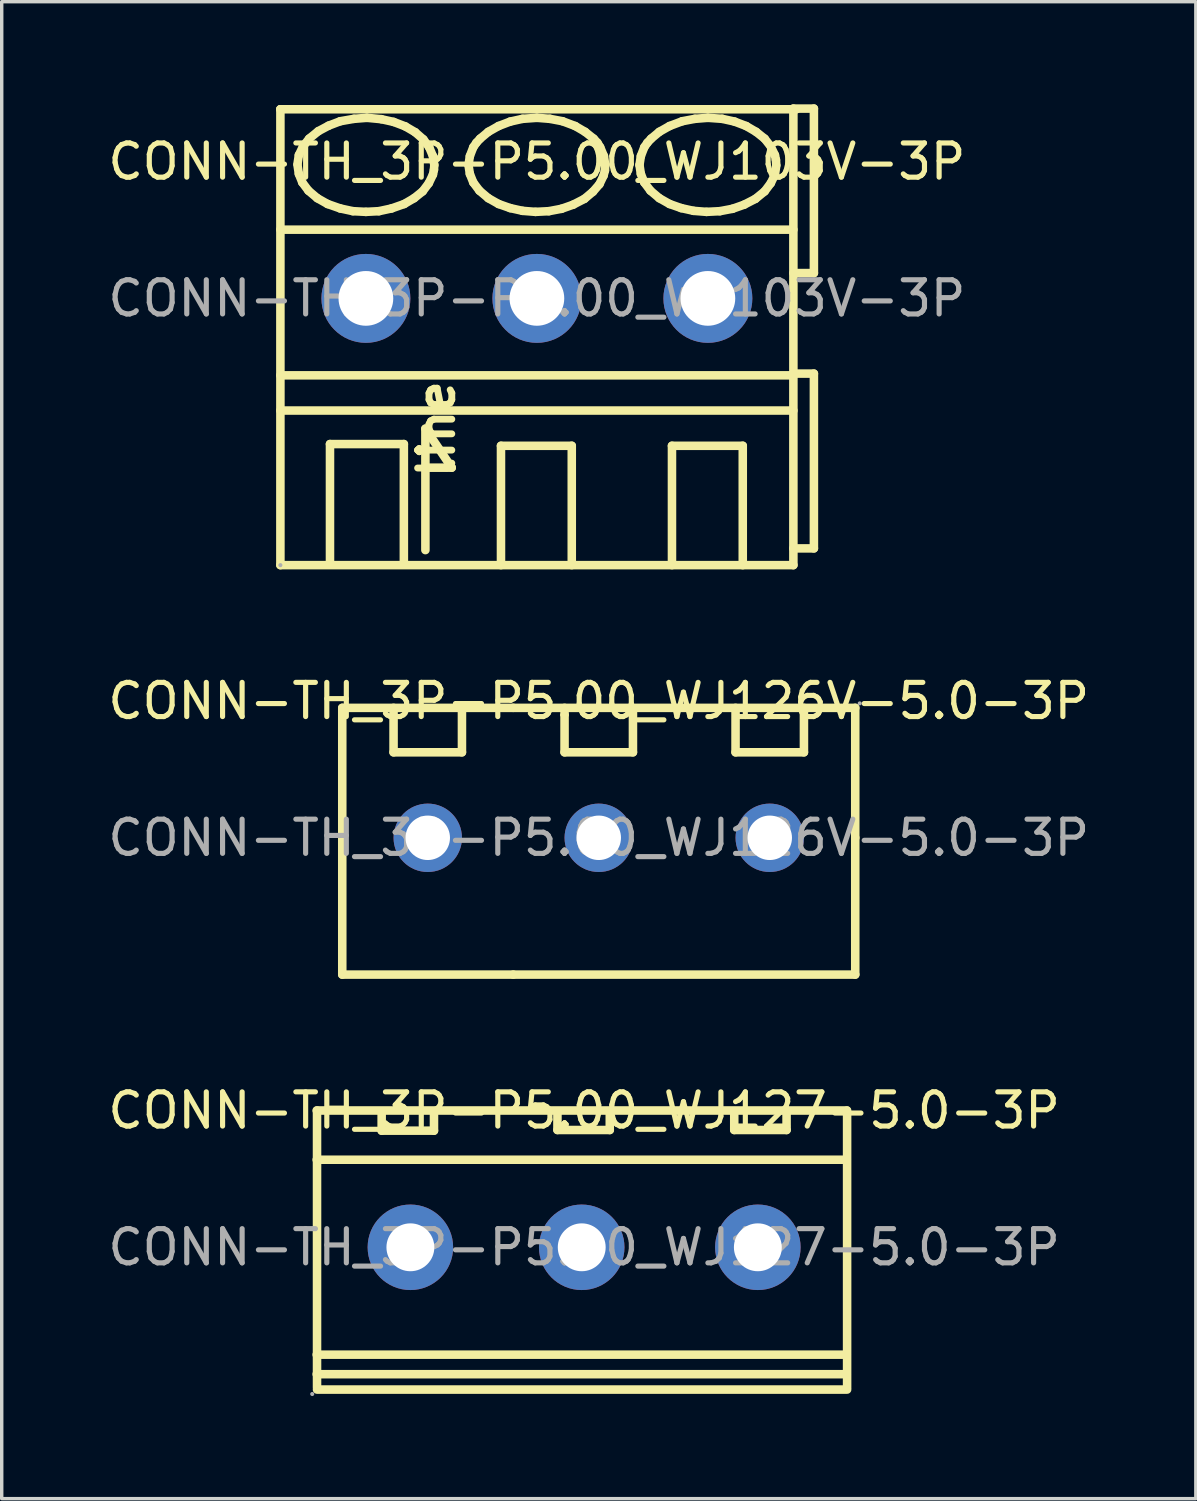
<source format=kicad_pcb>
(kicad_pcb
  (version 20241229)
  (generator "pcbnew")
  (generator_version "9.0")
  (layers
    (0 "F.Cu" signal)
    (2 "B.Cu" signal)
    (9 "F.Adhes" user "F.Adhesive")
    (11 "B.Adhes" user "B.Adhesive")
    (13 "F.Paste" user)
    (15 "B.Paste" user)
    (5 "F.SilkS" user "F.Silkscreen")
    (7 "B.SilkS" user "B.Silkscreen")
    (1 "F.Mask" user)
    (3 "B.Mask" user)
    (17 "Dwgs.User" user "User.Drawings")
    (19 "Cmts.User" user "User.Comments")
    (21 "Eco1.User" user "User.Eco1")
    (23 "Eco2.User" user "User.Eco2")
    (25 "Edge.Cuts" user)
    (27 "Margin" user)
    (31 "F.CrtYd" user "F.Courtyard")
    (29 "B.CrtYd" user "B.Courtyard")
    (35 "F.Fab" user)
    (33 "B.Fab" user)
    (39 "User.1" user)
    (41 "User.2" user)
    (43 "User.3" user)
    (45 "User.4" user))
  (footprint "CONN-TH_3P-P5.00_WJ103V-3P"
    (layer "F.Cu")
    (at 12.649 5.675)
    (property "Reference" "CONN-TH_3P-P5.00_WJ103V-3P" (at 0 -4 0) (layer "F.SilkS") (effects (font (size 1 1) (thickness 0.15))))
    (attr through_hole)
    (fp_line (start -7.5 -5.53) (end -7.5 -5.53) (stroke (width 0.25) (type solid)) (layer "F.SilkS"))
    (fp_line (start -7.5 -5.53) (end 7.59 -5.53) (stroke (width 0.25) (type solid)) (layer "F.SilkS"))
    (fp_line (start -7.5 -2.01) (end 7.5 -2.01) (stroke (width 0.25) (type solid)) (layer "F.SilkS"))
    (fp_line (start -7.5 2.25) (end 7.5 2.25) (stroke (width 0.25) (type solid)) (layer "F.SilkS"))
    (fp_line (start -7.5 3.28) (end 7.5 3.28) (stroke (width 0.25) (type solid)) (layer "F.SilkS"))
    (fp_line (start -7.5 7.8) (end -7.5 -5.53) (stroke (width 0.25) (type solid)) (layer "F.SilkS"))
    (fp_line (start -7.5 7.8) (end 7.5 7.8) (stroke (width 0.25) (type solid)) (layer "F.SilkS"))
    (fp_line (start -7 -3.93) (end -6.96 -4.19) (stroke (width 0.25) (type solid)) (layer "F.SilkS"))
    (fp_line (start -6.96 -4.19) (end -6.84 -4.44) (stroke (width 0.25) (type solid)) (layer "F.SilkS"))
    (fp_line (start -6.96 -3.64) (end -7 -3.9) (stroke (width 0.25) (type solid)) (layer "F.SilkS"))
    (fp_line (start -6.86 -3.39) (end -6.96 -3.64) (stroke (width 0.25) (type solid)) (layer "F.SilkS"))
    (fp_line (start -6.84 -4.44) (end -6.66 -4.67) (stroke (width 0.25) (type solid)) (layer "F.SilkS"))
    (fp_line (start -6.68 -3.15) (end -6.86 -3.39) (stroke (width 0.25) (type solid)) (layer "F.SilkS"))
    (fp_line (start -6.66 -4.67) (end -6.39 -4.89) (stroke (width 0.25) (type solid)) (layer "F.SilkS"))
    (fp_line (start -6.42 -2.93) (end -6.68 -3.15) (stroke (width 0.25) (type solid)) (layer "F.SilkS"))
    (fp_line (start -6.39 -4.89) (end -6.09 -5.05) (stroke (width 0.25) (type solid)) (layer "F.SilkS"))
    (fp_line (start -6.12 -2.76) (end -6.42 -2.93) (stroke (width 0.25) (type solid)) (layer "F.SilkS"))
    (fp_line (start -6.09 -5.05) (end -5.75 -5.18) (stroke (width 0.25) (type solid)) (layer "F.SilkS"))
    (fp_line (start -6.05 4.26) (end -3.89 4.26) (stroke (width 0.25) (type solid)) (layer "F.SilkS"))
    (fp_line (start -6.05 7.74) (end -6.05 4.26) (stroke (width 0.25) (type solid)) (layer "F.SilkS"))
    (fp_line (start -5.75 -5.18) (end -5.35 -5.25) (stroke (width 0.25) (type solid)) (layer "F.SilkS"))
    (fp_line (start -5.75 -2.63) (end -6.12 -2.76) (stroke (width 0.25) (type solid)) (layer "F.SilkS"))
    (fp_line (start -5.38 -2.55) (end -5.75 -2.63) (stroke (width 0.25) (type solid)) (layer "F.SilkS"))
    (fp_line (start -5.35 -5.25) (end -4.97 -5.28) (stroke (width 0.25) (type solid)) (layer "F.SilkS"))
    (fp_line (start -5 -2.53) (end -5.38 -2.55) (stroke (width 0.25) (type solid)) (layer "F.SilkS"))
    (fp_line (start -4.97 -5.28) (end -4.55 -5.24) (stroke (width 0.25) (type solid)) (layer "F.SilkS"))
    (fp_line (start -4.62 -2.55) (end -5 -2.53) (stroke (width 0.25) (type solid)) (layer "F.SilkS"))
    (fp_line (start -4.55 -5.24) (end -4.19 -5.16) (stroke (width 0.25) (type solid)) (layer "F.SilkS"))
    (fp_line (start -4.25 -2.63) (end -4.62 -2.55) (stroke (width 0.25) (type solid)) (layer "F.SilkS"))
    (fp_line (start -4.19 -5.16) (end -3.85 -5.03) (stroke (width 0.25) (type solid)) (layer "F.SilkS"))
    (fp_line (start -3.89 4.26) (end -3.89 7.74) (stroke (width 0.25) (type solid)) (layer "F.SilkS"))
    (fp_line (start -3.88 -2.76) (end -4.25 -2.63) (stroke (width 0.25) (type solid)) (layer "F.SilkS"))
    (fp_line (start -3.85 -5.03) (end -3.56 -4.86) (stroke (width 0.25) (type solid)) (layer "F.SilkS"))
    (fp_line (start -3.59 -2.93) (end -3.88 -2.76) (stroke (width 0.25) (type solid)) (layer "F.SilkS"))
    (fp_line (start -3.56 -4.86) (end -3.32 -4.65) (stroke (width 0.25) (type solid)) (layer "F.SilkS"))
    (fp_line (start -3.34 -3.13) (end -3.59 -2.93) (stroke (width 0.25) (type solid)) (layer "F.SilkS"))
    (fp_line (start -3.32 -4.65) (end -3.15 -4.42) (stroke (width 0.25) (type solid)) (layer "F.SilkS"))
    (fp_line (start -3.26 3.81) (end -2.49 4.95) (stroke (width 0.25) (type solid)) (layer "F.SilkS"))
    (fp_line (start -3.26 7.36) (end -3.26 3.81) (stroke (width 0.25) (type solid)) (layer "F.SilkS"))
    (fp_line (start -3.16 -3.37) (end -3.34 -3.13) (stroke (width 0.25) (type solid)) (layer "F.SilkS"))
    (fp_line (start -3.15 -4.42) (end -3.04 -4.16) (stroke (width 0.25) (type solid)) (layer "F.SilkS"))
    (fp_line (start -3.04 -4.16) (end -3 -3.9) (stroke (width 0.25) (type solid)) (layer "F.SilkS"))
    (fp_line (start -3.04 -3.62) (end -3.16 -3.37) (stroke (width 0.25) (type solid)) (layer "F.SilkS"))
    (fp_line (start -3.01 -3.76) (end -3.04 -3.62) (stroke (width 0.25) (type solid)) (layer "F.SilkS"))
    (fp_line (start -3 -3.9) (end -3.01 -3.76) (stroke (width 0.25) (type solid)) (layer "F.SilkS"))
    (fp_line (start -2.49 4.95) (end -3.13 4.95) (stroke (width 0.25) (type solid)) (layer "F.SilkS"))
    (fp_line (start -2 -3.9) (end -1.96 -4.16) (stroke (width 0.25) (type solid)) (layer "F.SilkS"))
    (fp_line (start -1.96 -4.16) (end -1.86 -4.42) (stroke (width 0.25) (type solid)) (layer "F.SilkS"))
    (fp_line (start -1.96 -3.64) (end -2 -3.9) (stroke (width 0.25) (type solid)) (layer "F.SilkS"))
    (fp_line (start -1.86 -4.42) (end -1.77 -4.55) (stroke (width 0.25) (type solid)) (layer "F.SilkS"))
    (fp_line (start -1.86 -3.39) (end -1.96 -3.64) (stroke (width 0.25) (type solid)) (layer "F.SilkS"))
    (fp_line (start -1.77 -4.55) (end -1.66 -4.67) (stroke (width 0.25) (type solid)) (layer "F.SilkS"))
    (fp_line (start -1.68 -3.15) (end -1.86 -3.39) (stroke (width 0.25) (type solid)) (layer "F.SilkS"))
    (fp_line (start -1.66 -4.67) (end -1.42 -4.87) (stroke (width 0.25) (type solid)) (layer "F.SilkS"))
    (fp_line (start -1.42 -4.87) (end -1.12 -5.04) (stroke (width 0.25) (type solid)) (layer "F.SilkS"))
    (fp_line (start -1.42 -2.93) (end -1.68 -3.15) (stroke (width 0.25) (type solid)) (layer "F.SilkS"))
    (fp_line (start -1.12 -5.04) (end -0.78 -5.17) (stroke (width 0.25) (type solid)) (layer "F.SilkS"))
    (fp_line (start -1.12 -2.76) (end -1.42 -2.93) (stroke (width 0.25) (type solid)) (layer "F.SilkS"))
    (fp_line (start -1.05 4.31) (end 1.02 4.31) (stroke (width 0.25) (type solid)) (layer "F.SilkS"))
    (fp_line (start -1.05 7.8) (end -1.05 4.31) (stroke (width 0.25) (type solid)) (layer "F.SilkS"))
    (fp_line (start -0.78 -5.17) (end -0.42 -5.25) (stroke (width 0.25) (type solid)) (layer "F.SilkS"))
    (fp_line (start -0.78 -2.64) (end -1.12 -2.76) (stroke (width 0.25) (type solid)) (layer "F.SilkS"))
    (fp_line (start -0.42 -5.25) (end 0 -5.28) (stroke (width 0.25) (type solid)) (layer "F.SilkS"))
    (fp_line (start -0.42 -2.56) (end -0.78 -2.64) (stroke (width 0.25) (type solid)) (layer "F.SilkS"))
    (fp_line (start -0.04 -2.53) (end -0.42 -2.56) (stroke (width 0.25) (type solid)) (layer "F.SilkS"))
    (fp_line (start 0 -5.28) (end 0.38 -5.25) (stroke (width 0.25) (type solid)) (layer "F.SilkS"))
    (fp_line (start 0.35 -2.55) (end -0.04 -2.53) (stroke (width 0.25) (type solid)) (layer "F.SilkS"))
    (fp_line (start 0.38 -5.25) (end 0.75 -5.18) (stroke (width 0.25) (type solid)) (layer "F.SilkS"))
    (fp_line (start 0.72 -2.62) (end 0.35 -2.55) (stroke (width 0.25) (type solid)) (layer "F.SilkS"))
    (fp_line (start 0.75 -5.18) (end 1.12 -5.04) (stroke (width 0.25) (type solid)) (layer "F.SilkS"))
    (fp_line (start 1.02 4.31) (end 1.02 7.8) (stroke (width 0.25) (type solid)) (layer "F.SilkS"))
    (fp_line (start 1.06 -2.74) (end 0.72 -2.62) (stroke (width 0.25) (type solid)) (layer "F.SilkS"))
    (fp_line (start 1.12 -5.04) (end 1.41 -4.87) (stroke (width 0.25) (type solid)) (layer "F.SilkS"))
    (fp_line (start 1.39 -2.91) (end 1.06 -2.74) (stroke (width 0.25) (type solid)) (layer "F.SilkS"))
    (fp_line (start 1.41 -4.87) (end 1.66 -4.67) (stroke (width 0.25) (type solid)) (layer "F.SilkS"))
    (fp_line (start 1.64 -3.12) (end 1.39 -2.91) (stroke (width 0.25) (type solid)) (layer "F.SilkS"))
    (fp_line (start 1.66 -4.67) (end 1.77 -4.55) (stroke (width 0.25) (type solid)) (layer "F.SilkS"))
    (fp_line (start 1.77 -4.55) (end 1.85 -4.42) (stroke (width 0.25) (type solid)) (layer "F.SilkS"))
    (fp_line (start 1.83 -3.34) (end 1.64 -3.12) (stroke (width 0.25) (type solid)) (layer "F.SilkS"))
    (fp_line (start 1.85 -4.42) (end 1.96 -4.16) (stroke (width 0.25) (type solid)) (layer "F.SilkS"))
    (fp_line (start 1.95 -3.59) (end 1.83 -3.34) (stroke (width 0.25) (type solid)) (layer "F.SilkS"))
    (fp_line (start 1.96 -4.16) (end 2 -3.9) (stroke (width 0.25) (type solid)) (layer "F.SilkS"))
    (fp_line (start 1.99 -3.74) (end 1.95 -3.59) (stroke (width 0.25) (type solid)) (layer "F.SilkS"))
    (fp_line (start 2 -3.88) (end 1.99 -3.74) (stroke (width 0.25) (type solid)) (layer "F.SilkS"))
    (fp_line (start 3 -3.9) (end 3.04 -4.16) (stroke (width 0.25) (type solid)) (layer "F.SilkS"))
    (fp_line (start 3.04 -4.16) (end 3.14 -4.42) (stroke (width 0.25) (type solid)) (layer "F.SilkS"))
    (fp_line (start 3.04 -3.64) (end 3 -3.9) (stroke (width 0.25) (type solid)) (layer "F.SilkS"))
    (fp_line (start 3.14 -4.42) (end 3.23 -4.55) (stroke (width 0.25) (type solid)) (layer "F.SilkS"))
    (fp_line (start 3.14 -3.39) (end 3.04 -3.64) (stroke (width 0.25) (type solid)) (layer "F.SilkS"))
    (fp_line (start 3.23 -4.55) (end 3.34 -4.67) (stroke (width 0.25) (type solid)) (layer "F.SilkS"))
    (fp_line (start 3.32 -3.15) (end 3.14 -3.39) (stroke (width 0.25) (type solid)) (layer "F.SilkS"))
    (fp_line (start 3.34 -4.67) (end 3.58 -4.87) (stroke (width 0.25) (type solid)) (layer "F.SilkS"))
    (fp_line (start 3.58 -4.87) (end 3.88 -5.04) (stroke (width 0.25) (type solid)) (layer "F.SilkS"))
    (fp_line (start 3.58 -2.93) (end 3.32 -3.15) (stroke (width 0.25) (type solid)) (layer "F.SilkS"))
    (fp_line (start 3.88 -5.04) (end 4.25 -5.18) (stroke (width 0.25) (type solid)) (layer "F.SilkS"))
    (fp_line (start 3.88 -2.76) (end 3.58 -2.93) (stroke (width 0.25) (type solid)) (layer "F.SilkS"))
    (fp_line (start 3.95 4.31) (end 6.02 4.31) (stroke (width 0.25) (type solid)) (layer "F.SilkS"))
    (fp_line (start 3.95 7.8) (end 3.95 4.31) (stroke (width 0.25) (type solid)) (layer "F.SilkS"))
    (fp_line (start 4.22 -2.64) (end 3.88 -2.76) (stroke (width 0.25) (type solid)) (layer "F.SilkS"))
    (fp_line (start 4.25 -5.18) (end 4.62 -5.25) (stroke (width 0.25) (type solid)) (layer "F.SilkS"))
    (fp_line (start 4.58 -2.56) (end 4.22 -2.64) (stroke (width 0.25) (type solid)) (layer "F.SilkS"))
    (fp_line (start 4.62 -5.25) (end 5 -5.28) (stroke (width 0.25) (type solid)) (layer "F.SilkS"))
    (fp_line (start 4.96 -2.53) (end 4.58 -2.56) (stroke (width 0.25) (type solid)) (layer "F.SilkS"))
    (fp_line (start 5 -5.28) (end 5.42 -5.25) (stroke (width 0.25) (type solid)) (layer "F.SilkS"))
    (fp_line (start 5.35 -2.55) (end 4.96 -2.53) (stroke (width 0.25) (type solid)) (layer "F.SilkS"))
    (fp_line (start 5.42 -5.25) (end 5.78 -5.17) (stroke (width 0.25) (type solid)) (layer "F.SilkS"))
    (fp_line (start 5.72 -2.62) (end 5.35 -2.55) (stroke (width 0.25) (type solid)) (layer "F.SilkS"))
    (fp_line (start 5.78 -5.17) (end 6.12 -5.04) (stroke (width 0.25) (type solid)) (layer "F.SilkS"))
    (fp_line (start 6.02 4.31) (end 6.02 7.8) (stroke (width 0.25) (type solid)) (layer "F.SilkS"))
    (fp_line (start 6.06 -2.74) (end 5.72 -2.62) (stroke (width 0.25) (type solid)) (layer "F.SilkS"))
    (fp_line (start 6.12 -5.04) (end 6.41 -4.87) (stroke (width 0.25) (type solid)) (layer "F.SilkS"))
    (fp_line (start 6.39 -2.91) (end 6.06 -2.74) (stroke (width 0.25) (type solid)) (layer "F.SilkS"))
    (fp_line (start 6.41 -4.87) (end 6.66 -4.67) (stroke (width 0.25) (type solid)) (layer "F.SilkS"))
    (fp_line (start 6.66 -4.67) (end 6.84 -4.44) (stroke (width 0.25) (type solid)) (layer "F.SilkS"))
    (fp_line (start 6.66 -3.13) (end 6.39 -2.91) (stroke (width 0.25) (type solid)) (layer "F.SilkS"))
    (fp_line (start 6.84 -4.44) (end 6.96 -4.19) (stroke (width 0.25) (type solid)) (layer "F.SilkS"))
    (fp_line (start 6.84 -3.37) (end 6.66 -3.13) (stroke (width 0.25) (type solid)) (layer "F.SilkS"))
    (fp_line (start 6.96 -4.19) (end 6.99 -4.05) (stroke (width 0.25) (type solid)) (layer "F.SilkS"))
    (fp_line (start 6.96 -3.62) (end 6.84 -3.37) (stroke (width 0.25) (type solid)) (layer "F.SilkS"))
    (fp_line (start 6.99 -4.05) (end 7 -3.9) (stroke (width 0.25) (type solid)) (layer "F.SilkS"))
    (fp_line (start 7 -3.88) (end 6.96 -3.62) (stroke (width 0.25) (type solid)) (layer "F.SilkS"))
    (fp_line (start 7.5 -5.55) (end 7.5 7.8) (stroke (width 0.25) (type solid)) (layer "F.SilkS"))
    (fp_line (start 7.5 -5.55) (end 8.1 -5.55) (stroke (width 0.25) (type solid)) (layer "F.SilkS"))
    (fp_line (start 7.5 -0.74) (end 8.1 -0.74) (stroke (width 0.25) (type solid)) (layer "F.SilkS"))
    (fp_line (start 7.5 2.2) (end 8.1 2.2) (stroke (width 0.25) (type solid)) (layer "F.SilkS"))
    (fp_line (start 7.5 7.31) (end 8.1 7.31) (stroke (width 0.25) (type solid)) (layer "F.SilkS"))
    (fp_line (start 8.1 -5.55) (end 8.1 -0.74) (stroke (width 0.25) (type solid)) (layer "F.SilkS"))
    (fp_line (start 8.1 2.2) (end 8.1 7.31) (stroke (width 0.25) (type solid)) (layer "F.SilkS"))
    (fp_circle (center -7.5 7.8) (end -7.47 7.8) (stroke (width 0.06) (type solid)) (fill no) (layer "F.Fab"))
    (fp_text user "line" (at -2.94 5.33 270) (layer "F.SilkS") (effects (font (size 1 1) (thickness 0.2)) (justify left)))
    (fp_text user "${REFERENCE}" (at 0 0 0) (layer "F.Fab") (effects (font (size 1 1) (thickness 0.15))))
    (pad "1" thru_hole circle (at -5 0) (size 2.6 2.6) (drill 1.6) (layers "*.Cu" "*.Paste" "*.Mask"))
    (pad "2" thru_hole circle (at 0 0) (size 2.6 2.6) (drill 1.6) (layers "*.Cu" "*.Paste" "*.Mask"))
    (pad "3" thru_hole circle (at 5 0) (size 2.6 2.6) (drill 1.6) (layers "*.Cu" "*.Paste" "*.Mask")))
  (footprint "CONN-TH_3P-P5.00_WJ127-5.0-3P"
    (layer "F.Cu")
    (at 14.03 33.422)
    (property "Reference" "CONN-TH_3P-P5.00_WJ127-5.0-3P" (at 0 -4 0) (layer "F.SilkS") (effects (font (size 1 1) (thickness 0.15))))
    (attr through_hole)
    (fp_line (start -7.82 -4) (end 7.68 -4) (stroke (width 0.25) (type solid)) (layer "F.SilkS"))
    (fp_line (start -7.82 -2.56) (end 7.68 -2.56) (stroke (width 0.25) (type solid)) (layer "F.SilkS"))
    (fp_line (start -7.82 3.14) (end 7.68 3.14) (stroke (width 0.25) (type solid)) (layer "F.SilkS"))
    (fp_line (start -7.82 3.71) (end 7.68 3.71) (stroke (width 0.25) (type solid)) (layer "F.SilkS"))
    (fp_line (start -7.81 -4) (end -7.81 4.1) (stroke (width 0.25) (type solid)) (layer "F.SilkS"))
    (fp_line (start -7.81 4.16) (end 7.69 4.16) (stroke (width 0.25) (type solid)) (layer "F.SilkS"))
    (fp_line (start -5.92 -3.95) (end -5.92 -3.41) (stroke (width 0.25) (type solid)) (layer "F.SilkS"))
    (fp_line (start -5.92 -3.41) (end -4.39 -3.41) (stroke (width 0.25) (type solid)) (layer "F.SilkS"))
    (fp_line (start -4.39 -3.41) (end -4.39 -3.95) (stroke (width 0.25) (type solid)) (layer "F.SilkS"))
    (fp_line (start -0.78 -3.97) (end -0.78 -3.43) (stroke (width 0.25) (type solid)) (layer "F.SilkS"))
    (fp_line (start -0.78 -3.43) (end 0.75 -3.43) (stroke (width 0.25) (type solid)) (layer "F.SilkS"))
    (fp_line (start 0.75 -3.43) (end 0.75 -3.97) (stroke (width 0.25) (type solid)) (layer "F.SilkS"))
    (fp_line (start 4.39 -3.97) (end 4.39 -3.43) (stroke (width 0.25) (type solid)) (layer "F.SilkS"))
    (fp_line (start 4.39 -3.43) (end 5.92 -3.43) (stroke (width 0.25) (type solid)) (layer "F.SilkS"))
    (fp_line (start 5.92 -3.43) (end 5.92 -3.97) (stroke (width 0.25) (type solid)) (layer "F.SilkS"))
    (fp_line (start 7.69 -4) (end 7.69 4.1) (stroke (width 0.25) (type solid)) (layer "F.SilkS"))
    (fp_circle (center -7.95 4.29) (end -7.92 4.29) (stroke (width 0.06) (type solid)) (fill no) (layer "F.Fab"))
    (fp_circle (center -5.08 0) (end -4.78 0) (stroke (width 0.6) (type solid)) (fill no) (layer "F.Fab"))
    (fp_circle (center -0.07 0) (end 0.23 0) (stroke (width 0.6) (type solid)) (fill no) (layer "F.Fab"))
    (fp_circle (center 5.08 0) (end 5.38 0) (stroke (width 0.6) (type solid)) (fill no) (layer "F.Fab"))
    (fp_text user "${REFERENCE}" (at 0 0 0) (layer "F.Fab") (effects (font (size 1 1) (thickness 0.15))))
    (pad "1" thru_hole circle (at -5.08 0) (size 2.5 2.5) (drill 1.4) (layers "*.Cu" "*.Paste" "*.Mask"))
    (pad "2" thru_hole circle (at -0.07 0) (size 2.5 2.5) (drill 1.4) (layers "*.Cu" "*.Paste" "*.Mask"))
    (pad "3" thru_hole circle (at 5.08 0) (size 2.5 2.5) (drill 1.4) (layers "*.Cu" "*.Paste" "*.Mask")))
  (footprint "CONN-TH_3P-P5.00_WJ126V-5.0-3P"
    (layer "F.Cu")
    (at 14.458 21.448)
    (property "Reference" "CONN-TH_3P-P5.00_WJ126V-5.0-3P" (at 0 -4 0) (layer "F.SilkS") (effects (font (size 1 1) (thickness 0.15))))
    (attr through_hole)
    (fp_line (start -7.5 -3.8) (end -2.5 -3.8) (stroke (width 0.25) (type solid)) (layer "F.SilkS"))
    (fp_line (start -7.5 0) (end -7.5 -3.8) (stroke (width 0.25) (type solid)) (layer "F.SilkS"))
    (fp_line (start -7.5 4) (end -7.5 0) (stroke (width 0.25) (type solid)) (layer "F.SilkS"))
    (fp_line (start -6 -2.5) (end -6 -3.8) (stroke (width 0.25) (type solid)) (layer "F.SilkS"))
    (fp_line (start -4 -3.8) (end -4 -2.5) (stroke (width 0.25) (type solid)) (layer "F.SilkS"))
    (fp_line (start -4 -2.5) (end -6 -2.5) (stroke (width 0.25) (type solid)) (layer "F.SilkS"))
    (fp_line (start -2.5 -3.8) (end 7.5 -3.8) (stroke (width 0.25) (type solid)) (layer "F.SilkS"))
    (fp_line (start -2.5 4) (end -7.5 4) (stroke (width 0.25) (type solid)) (layer "F.SilkS"))
    (fp_line (start -1 -3.8) (end -1 -2.5) (stroke (width 0.25) (type solid)) (layer "F.SilkS"))
    (fp_line (start -1 -2.5) (end 1 -2.5) (stroke (width 0.25) (type solid)) (layer "F.SilkS"))
    (fp_line (start 1 -2.5) (end 1 -3.8) (stroke (width 0.25) (type solid)) (layer "F.SilkS"))
    (fp_line (start 4 -3.8) (end 4 -2.5) (stroke (width 0.25) (type solid)) (layer "F.SilkS"))
    (fp_line (start 4 -2.5) (end 6 -2.5) (stroke (width 0.25) (type solid)) (layer "F.SilkS"))
    (fp_line (start 6 -2.5) (end 6 -3.8) (stroke (width 0.25) (type solid)) (layer "F.SilkS"))
    (fp_line (start 7.5 -3.8) (end 7.5 0) (stroke (width 0.25) (type solid)) (layer "F.SilkS"))
    (fp_line (start 7.5 0) (end 7.5 4) (stroke (width 0.25) (type solid)) (layer "F.SilkS"))
    (fp_line (start 7.5 4) (end -2.5 4) (stroke (width 0.25) (type solid)) (layer "F.SilkS"))
    (fp_circle (center -5 0) (end -4.72 0) (stroke (width 0.55) (type solid)) (fill no) (layer "F.Fab"))
    (fp_circle (center 0 0) (end 0.28 0) (stroke (width 0.55) (type solid)) (fill no) (layer "F.Fab"))
    (fp_circle (center 5 0) (end 5.28 0) (stroke (width 0.55) (type solid)) (fill no) (layer "F.Fab"))
    (fp_circle (center 7.63 -3.93) (end 7.66 -3.93) (stroke (width 0.06) (type solid)) (fill no) (layer "F.Fab"))
    (fp_text user "${REFERENCE}" (at 0 0 0) (layer "F.Fab") (effects (font (size 1 1) (thickness 0.15))))
    (pad "1" thru_hole circle (at 5 0 180) (size 2 2) (drill 1.3) (layers "*.Cu" "*.Paste" "*.Mask"))
    (pad "2" thru_hole circle (at 0 0 180) (size 2 2) (drill 1.3) (layers "*.Cu" "*.Paste" "*.Mask"))
    (pad "3" thru_hole circle (at -5 0 180) (size 2 2) (drill 1.3) (layers "*.Cu" "*.Paste" "*.Mask")))
  (gr_rect
    (start -3 -3)
    (end 31.917 40.772)
    (stroke (width 0.1) (type default))
    (fill no)
    (layer "Edge.Cuts")))
</source>
